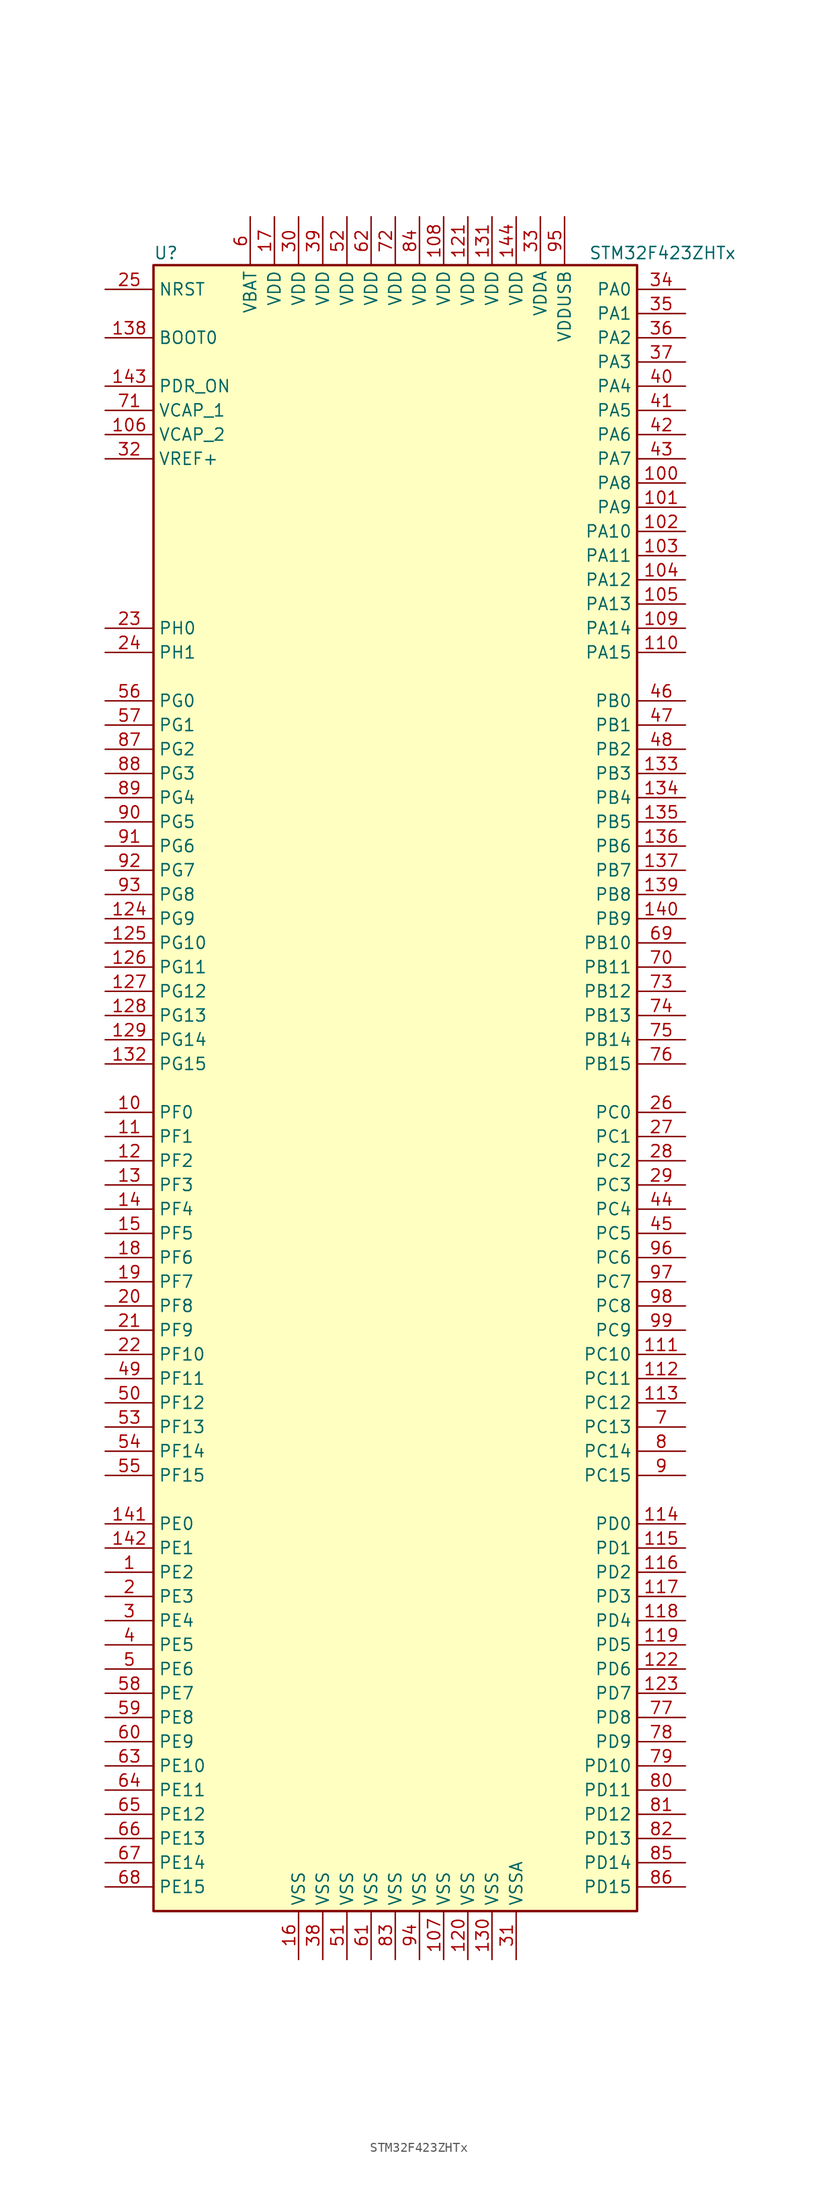
<source format=kicad_sym>
(kicad_symbol_lib
  (version 20211014)
  (generator kicad_symbol_editor)
  (symbol "STM32F423ZHTx"
    (property "Reference" "U"
      (at -25.4 87.63 0)
      (effects (font (size 1.27 1.27)) (justify left)))
    (property "Value" "STM32F423ZHTx"
      (at 20.32 87.63 0)
      (effects (font (size 1.27 1.27)) (justify left)))
    (symbol "STM32F423ZHTx_0_1"
      (rectangle (start -25.4 -86.36) (end 25.4 86.36) (stroke (width 0.254) (type default) (color 0 0 0 0)) (fill (type background))))
    (symbol "STM32F423ZHTx_1_1"
      (pin bidirectional line (at -30.48 -50.8 0) (length 5.08) (name "PE2" (effects (font (size 1.27 1.27)))) (number "1" (effects (font (size 1.27 1.27)))))
      (pin bidirectional line (at -30.48 -2.54 0) (length 5.08) (name "PF0" (effects (font (size 1.27 1.27)))) (number "10" (effects (font (size 1.27 1.27)))))
      (pin bidirectional line (at 30.48 63.5 180) (length 5.08) (name "PA8" (effects (font (size 1.27 1.27)))) (number "100" (effects (font (size 1.27 1.27)))))
      (pin bidirectional line (at 30.48 60.96 180) (length 5.08) (name "PA9" (effects (font (size 1.27 1.27)))) (number "101" (effects (font (size 1.27 1.27)))))
      (pin bidirectional line (at 30.48 58.42 180) (length 5.08) (name "PA10" (effects (font (size 1.27 1.27)))) (number "102" (effects (font (size 1.27 1.27)))))
      (pin bidirectional line (at 30.48 55.88 180) (length 5.08) (name "PA11" (effects (font (size 1.27 1.27)))) (number "103" (effects (font (size 1.27 1.27)))))
      (pin bidirectional line (at 30.48 53.34 180) (length 5.08) (name "PA12" (effects (font (size 1.27 1.27)))) (number "104" (effects (font (size 1.27 1.27)))))
      (pin bidirectional line (at 30.48 50.8 180) (length 5.08) (name "PA13" (effects (font (size 1.27 1.27)))) (number "105" (effects (font (size 1.27 1.27)))))
      (pin power_in line (at -30.48 68.58 0) (length 5.08) (name "VCAP_2" (effects (font (size 1.27 1.27)))) (number "106" (effects (font (size 1.27 1.27)))))
      (pin power_in line (at 5.08 -91.44 90) (length 5.08) (name "VSS" (effects (font (size 1.27 1.27)))) (number "107" (effects (font (size 1.27 1.27)))))
      (pin power_in line (at 5.08 91.44 270) (length 5.08) (name "VDD" (effects (font (size 1.27 1.27)))) (number "108" (effects (font (size 1.27 1.27)))))
      (pin bidirectional line (at 30.48 48.26 180) (length 5.08) (name "PA14" (effects (font (size 1.27 1.27)))) (number "109" (effects (font (size 1.27 1.27)))))
      (pin bidirectional line (at -30.48 -5.08 0) (length 5.08) (name "PF1" (effects (font (size 1.27 1.27)))) (number "11" (effects (font (size 1.27 1.27)))))
      (pin bidirectional line (at 30.48 45.72 180) (length 5.08) (name "PA15" (effects (font (size 1.27 1.27)))) (number "110" (effects (font (size 1.27 1.27)))))
      (pin bidirectional line (at 30.48 -27.94 180) (length 5.08) (name "PC10" (effects (font (size 1.27 1.27)))) (number "111" (effects (font (size 1.27 1.27)))))
      (pin bidirectional line (at 30.48 -30.48 180) (length 5.08) (name "PC11" (effects (font (size 1.27 1.27)))) (number "112" (effects (font (size 1.27 1.27)))))
      (pin bidirectional line (at 30.48 -33.02 180) (length 5.08) (name "PC12" (effects (font (size 1.27 1.27)))) (number "113" (effects (font (size 1.27 1.27)))))
      (pin bidirectional line (at 30.48 -45.72 180) (length 5.08) (name "PD0" (effects (font (size 1.27 1.27)))) (number "114" (effects (font (size 1.27 1.27)))))
      (pin bidirectional line (at 30.48 -48.26 180) (length 5.08) (name "PD1" (effects (font (size 1.27 1.27)))) (number "115" (effects (font (size 1.27 1.27)))))
      (pin bidirectional line (at 30.48 -50.8 180) (length 5.08) (name "PD2" (effects (font (size 1.27 1.27)))) (number "116" (effects (font (size 1.27 1.27)))))
      (pin bidirectional line (at 30.48 -53.34 180) (length 5.08) (name "PD3" (effects (font (size 1.27 1.27)))) (number "117" (effects (font (size 1.27 1.27)))))
      (pin bidirectional line (at 30.48 -55.88 180) (length 5.08) (name "PD4" (effects (font (size 1.27 1.27)))) (number "118" (effects (font (size 1.27 1.27)))))
      (pin bidirectional line (at 30.48 -58.42 180) (length 5.08) (name "PD5" (effects (font (size 1.27 1.27)))) (number "119" (effects (font (size 1.27 1.27)))))
      (pin bidirectional line (at -30.48 -7.62 0) (length 5.08) (name "PF2" (effects (font (size 1.27 1.27)))) (number "12" (effects (font (size 1.27 1.27)))))
      (pin power_in line (at 7.62 -91.44 90) (length 5.08) (name "VSS" (effects (font (size 1.27 1.27)))) (number "120" (effects (font (size 1.27 1.27)))))
      (pin power_in line (at 7.62 91.44 270) (length 5.08) (name "VDD" (effects (font (size 1.27 1.27)))) (number "121" (effects (font (size 1.27 1.27)))))
      (pin bidirectional line (at 30.48 -60.96 180) (length 5.08) (name "PD6" (effects (font (size 1.27 1.27)))) (number "122" (effects (font (size 1.27 1.27)))))
      (pin bidirectional line (at 30.48 -63.5 180) (length 5.08) (name "PD7" (effects (font (size 1.27 1.27)))) (number "123" (effects (font (size 1.27 1.27)))))
      (pin bidirectional line (at -30.48 17.78 0) (length 5.08) (name "PG9" (effects (font (size 1.27 1.27)))) (number "124" (effects (font (size 1.27 1.27)))))
      (pin bidirectional line (at -30.48 15.24 0) (length 5.08) (name "PG10" (effects (font (size 1.27 1.27)))) (number "125" (effects (font (size 1.27 1.27)))))
      (pin bidirectional line (at -30.48 12.7 0) (length 5.08) (name "PG11" (effects (font (size 1.27 1.27)))) (number "126" (effects (font (size 1.27 1.27)))))
      (pin bidirectional line (at -30.48 10.16 0) (length 5.08) (name "PG12" (effects (font (size 1.27 1.27)))) (number "127" (effects (font (size 1.27 1.27)))))
      (pin bidirectional line (at -30.48 7.62 0) (length 5.08) (name "PG13" (effects (font (size 1.27 1.27)))) (number "128" (effects (font (size 1.27 1.27)))))
      (pin bidirectional line (at -30.48 5.08 0) (length 5.08) (name "PG14" (effects (font (size 1.27 1.27)))) (number "129" (effects (font (size 1.27 1.27)))))
      (pin bidirectional line (at -30.48 -10.16 0) (length 5.08) (name "PF3" (effects (font (size 1.27 1.27)))) (number "13" (effects (font (size 1.27 1.27)))))
      (pin power_in line (at 10.16 -91.44 90) (length 5.08) (name "VSS" (effects (font (size 1.27 1.27)))) (number "130" (effects (font (size 1.27 1.27)))))
      (pin power_in line (at 10.16 91.44 270) (length 5.08) (name "VDD" (effects (font (size 1.27 1.27)))) (number "131" (effects (font (size 1.27 1.27)))))
      (pin bidirectional line (at -30.48 2.54 0) (length 5.08) (name "PG15" (effects (font (size 1.27 1.27)))) (number "132" (effects (font (size 1.27 1.27)))))
      (pin bidirectional line (at 30.48 33.02 180) (length 5.08) (name "PB3" (effects (font (size 1.27 1.27)))) (number "133" (effects (font (size 1.27 1.27)))))
      (pin bidirectional line (at 30.48 30.48 180) (length 5.08) (name "PB4" (effects (font (size 1.27 1.27)))) (number "134" (effects (font (size 1.27 1.27)))))
      (pin bidirectional line (at 30.48 27.94 180) (length 5.08) (name "PB5" (effects (font (size 1.27 1.27)))) (number "135" (effects (font (size 1.27 1.27)))))
      (pin bidirectional line (at 30.48 25.4 180) (length 5.08) (name "PB6" (effects (font (size 1.27 1.27)))) (number "136" (effects (font (size 1.27 1.27)))))
      (pin bidirectional line (at 30.48 22.86 180) (length 5.08) (name "PB7" (effects (font (size 1.27 1.27)))) (number "137" (effects (font (size 1.27 1.27)))))
      (pin input line (at -30.48 78.74 0) (length 5.08) (name "BOOT0" (effects (font (size 1.27 1.27)))) (number "138" (effects (font (size 1.27 1.27)))))
      (pin bidirectional line (at 30.48 20.32 180) (length 5.08) (name "PB8" (effects (font (size 1.27 1.27)))) (number "139" (effects (font (size 1.27 1.27)))))
      (pin bidirectional line (at -30.48 -12.7 0) (length 5.08) (name "PF4" (effects (font (size 1.27 1.27)))) (number "14" (effects (font (size 1.27 1.27)))))
      (pin bidirectional line (at 30.48 17.78 180) (length 5.08) (name "PB9" (effects (font (size 1.27 1.27)))) (number "140" (effects (font (size 1.27 1.27)))))
      (pin bidirectional line (at -30.48 -45.72 0) (length 5.08) (name "PE0" (effects (font (size 1.27 1.27)))) (number "141" (effects (font (size 1.27 1.27)))))
      (pin bidirectional line (at -30.48 -48.26 0) (length 5.08) (name "PE1" (effects (font (size 1.27 1.27)))) (number "142" (effects (font (size 1.27 1.27)))))
      (pin power_in line (at -30.48 73.66 0) (length 5.08) (name "PDR_ON" (effects (font (size 1.27 1.27)))) (number "143" (effects (font (size 1.27 1.27)))))
      (pin power_in line (at 12.7 91.44 270) (length 5.08) (name "VDD" (effects (font (size 1.27 1.27)))) (number "144" (effects (font (size 1.27 1.27)))))
      (pin bidirectional line (at -30.48 -15.24 0) (length 5.08) (name "PF5" (effects (font (size 1.27 1.27)))) (number "15" (effects (font (size 1.27 1.27)))))
      (pin power_in line (at -10.16 -91.44 90) (length 5.08) (name "VSS" (effects (font (size 1.27 1.27)))) (number "16" (effects (font (size 1.27 1.27)))))
      (pin power_in line (at -12.7 91.44 270) (length 5.08) (name "VDD" (effects (font (size 1.27 1.27)))) (number "17" (effects (font (size 1.27 1.27)))))
      (pin bidirectional line (at -30.48 -17.78 0) (length 5.08) (name "PF6" (effects (font (size 1.27 1.27)))) (number "18" (effects (font (size 1.27 1.27)))))
      (pin bidirectional line (at -30.48 -20.32 0) (length 5.08) (name "PF7" (effects (font (size 1.27 1.27)))) (number "19" (effects (font (size 1.27 1.27)))))
      (pin bidirectional line (at -30.48 -53.34 0) (length 5.08) (name "PE3" (effects (font (size 1.27 1.27)))) (number "2" (effects (font (size 1.27 1.27)))))
      (pin bidirectional line (at -30.48 -22.86 0) (length 5.08) (name "PF8" (effects (font (size 1.27 1.27)))) (number "20" (effects (font (size 1.27 1.27)))))
      (pin bidirectional line (at -30.48 -25.4 0) (length 5.08) (name "PF9" (effects (font (size 1.27 1.27)))) (number "21" (effects (font (size 1.27 1.27)))))
      (pin bidirectional line (at -30.48 -27.94 0) (length 5.08) (name "PF10" (effects (font (size 1.27 1.27)))) (number "22" (effects (font (size 1.27 1.27)))))
      (pin input line (at -30.48 48.26 0) (length 5.08) (name "PH0" (effects (font (size 1.27 1.27)))) (number "23" (effects (font (size 1.27 1.27)))))
      (pin input line (at -30.48 45.72 0) (length 5.08) (name "PH1" (effects (font (size 1.27 1.27)))) (number "24" (effects (font (size 1.27 1.27)))))
      (pin input line (at -30.48 83.82 0) (length 5.08) (name "NRST" (effects (font (size 1.27 1.27)))) (number "25" (effects (font (size 1.27 1.27)))))
      (pin bidirectional line (at 30.48 -2.54 180) (length 5.08) (name "PC0" (effects (font (size 1.27 1.27)))) (number "26" (effects (font (size 1.27 1.27)))))
      (pin bidirectional line (at 30.48 -5.08 180) (length 5.08) (name "PC1" (effects (font (size 1.27 1.27)))) (number "27" (effects (font (size 1.27 1.27)))))
      (pin bidirectional line (at 30.48 -7.62 180) (length 5.08) (name "PC2" (effects (font (size 1.27 1.27)))) (number "28" (effects (font (size 1.27 1.27)))))
      (pin bidirectional line (at 30.48 -10.16 180) (length 5.08) (name "PC3" (effects (font (size 1.27 1.27)))) (number "29" (effects (font (size 1.27 1.27)))))
      (pin bidirectional line (at -30.48 -55.88 0) (length 5.08) (name "PE4" (effects (font (size 1.27 1.27)))) (number "3" (effects (font (size 1.27 1.27)))))
      (pin power_in line (at -10.16 91.44 270) (length 5.08) (name "VDD" (effects (font (size 1.27 1.27)))) (number "30" (effects (font (size 1.27 1.27)))))
      (pin power_in line (at 12.7 -91.44 90) (length 5.08) (name "VSSA" (effects (font (size 1.27 1.27)))) (number "31" (effects (font (size 1.27 1.27)))))
      (pin power_in line (at -30.48 66.04 0) (length 5.08) (name "VREF+" (effects (font (size 1.27 1.27)))) (number "32" (effects (font (size 1.27 1.27)))))
      (pin power_in line (at 15.24 91.44 270) (length 5.08) (name "VDDA" (effects (font (size 1.27 1.27)))) (number "33" (effects (font (size 1.27 1.27)))))
      (pin bidirectional line (at 30.48 83.82 180) (length 5.08) (name "PA0" (effects (font (size 1.27 1.27)))) (number "34" (effects (font (size 1.27 1.27)))))
      (pin bidirectional line (at 30.48 81.28 180) (length 5.08) (name "PA1" (effects (font (size 1.27 1.27)))) (number "35" (effects (font (size 1.27 1.27)))))
      (pin bidirectional line (at 30.48 78.74 180) (length 5.08) (name "PA2" (effects (font (size 1.27 1.27)))) (number "36" (effects (font (size 1.27 1.27)))))
      (pin bidirectional line (at 30.48 76.2 180) (length 5.08) (name "PA3" (effects (font (size 1.27 1.27)))) (number "37" (effects (font (size 1.27 1.27)))))
      (pin power_in line (at -7.62 -91.44 90) (length 5.08) (name "VSS" (effects (font (size 1.27 1.27)))) (number "38" (effects (font (size 1.27 1.27)))))
      (pin power_in line (at -7.62 91.44 270) (length 5.08) (name "VDD" (effects (font (size 1.27 1.27)))) (number "39" (effects (font (size 1.27 1.27)))))
      (pin bidirectional line (at -30.48 -58.42 0) (length 5.08) (name "PE5" (effects (font (size 1.27 1.27)))) (number "4" (effects (font (size 1.27 1.27)))))
      (pin bidirectional line (at 30.48 73.66 180) (length 5.08) (name "PA4" (effects (font (size 1.27 1.27)))) (number "40" (effects (font (size 1.27 1.27)))))
      (pin bidirectional line (at 30.48 71.12 180) (length 5.08) (name "PA5" (effects (font (size 1.27 1.27)))) (number "41" (effects (font (size 1.27 1.27)))))
      (pin bidirectional line (at 30.48 68.58 180) (length 5.08) (name "PA6" (effects (font (size 1.27 1.27)))) (number "42" (effects (font (size 1.27 1.27)))))
      (pin bidirectional line (at 30.48 66.04 180) (length 5.08) (name "PA7" (effects (font (size 1.27 1.27)))) (number "43" (effects (font (size 1.27 1.27)))))
      (pin bidirectional line (at 30.48 -12.7 180) (length 5.08) (name "PC4" (effects (font (size 1.27 1.27)))) (number "44" (effects (font (size 1.27 1.27)))))
      (pin bidirectional line (at 30.48 -15.24 180) (length 5.08) (name "PC5" (effects (font (size 1.27 1.27)))) (number "45" (effects (font (size 1.27 1.27)))))
      (pin bidirectional line (at 30.48 40.64 180) (length 5.08) (name "PB0" (effects (font (size 1.27 1.27)))) (number "46" (effects (font (size 1.27 1.27)))))
      (pin bidirectional line (at 30.48 38.1 180) (length 5.08) (name "PB1" (effects (font (size 1.27 1.27)))) (number "47" (effects (font (size 1.27 1.27)))))
      (pin bidirectional line (at 30.48 35.56 180) (length 5.08) (name "PB2" (effects (font (size 1.27 1.27)))) (number "48" (effects (font (size 1.27 1.27)))))
      (pin bidirectional line (at -30.48 -30.48 0) (length 5.08) (name "PF11" (effects (font (size 1.27 1.27)))) (number "49" (effects (font (size 1.27 1.27)))))
      (pin bidirectional line (at -30.48 -60.96 0) (length 5.08) (name "PE6" (effects (font (size 1.27 1.27)))) (number "5" (effects (font (size 1.27 1.27)))))
      (pin bidirectional line (at -30.48 -33.02 0) (length 5.08) (name "PF12" (effects (font (size 1.27 1.27)))) (number "50" (effects (font (size 1.27 1.27)))))
      (pin power_in line (at -5.08 -91.44 90) (length 5.08) (name "VSS" (effects (font (size 1.27 1.27)))) (number "51" (effects (font (size 1.27 1.27)))))
      (pin power_in line (at -5.08 91.44 270) (length 5.08) (name "VDD" (effects (font (size 1.27 1.27)))) (number "52" (effects (font (size 1.27 1.27)))))
      (pin bidirectional line (at -30.48 -35.56 0) (length 5.08) (name "PF13" (effects (font (size 1.27 1.27)))) (number "53" (effects (font (size 1.27 1.27)))))
      (pin bidirectional line (at -30.48 -38.1 0) (length 5.08) (name "PF14" (effects (font (size 1.27 1.27)))) (number "54" (effects (font (size 1.27 1.27)))))
      (pin bidirectional line (at -30.48 -40.64 0) (length 5.08) (name "PF15" (effects (font (size 1.27 1.27)))) (number "55" (effects (font (size 1.27 1.27)))))
      (pin bidirectional line (at -30.48 40.64 0) (length 5.08) (name "PG0" (effects (font (size 1.27 1.27)))) (number "56" (effects (font (size 1.27 1.27)))))
      (pin bidirectional line (at -30.48 38.1 0) (length 5.08) (name "PG1" (effects (font (size 1.27 1.27)))) (number "57" (effects (font (size 1.27 1.27)))))
      (pin bidirectional line (at -30.48 -63.5 0) (length 5.08) (name "PE7" (effects (font (size 1.27 1.27)))) (number "58" (effects (font (size 1.27 1.27)))))
      (pin bidirectional line (at -30.48 -66.04 0) (length 5.08) (name "PE8" (effects (font (size 1.27 1.27)))) (number "59" (effects (font (size 1.27 1.27)))))
      (pin power_in line (at -15.24 91.44 270) (length 5.08) (name "VBAT" (effects (font (size 1.27 1.27)))) (number "6" (effects (font (size 1.27 1.27)))))
      (pin bidirectional line (at -30.48 -68.58 0) (length 5.08) (name "PE9" (effects (font (size 1.27 1.27)))) (number "60" (effects (font (size 1.27 1.27)))))
      (pin power_in line (at -2.54 -91.44 90) (length 5.08) (name "VSS" (effects (font (size 1.27 1.27)))) (number "61" (effects (font (size 1.27 1.27)))))
      (pin power_in line (at -2.54 91.44 270) (length 5.08) (name "VDD" (effects (font (size 1.27 1.27)))) (number "62" (effects (font (size 1.27 1.27)))))
      (pin bidirectional line (at -30.48 -71.12 0) (length 5.08) (name "PE10" (effects (font (size 1.27 1.27)))) (number "63" (effects (font (size 1.27 1.27)))))
      (pin bidirectional line (at -30.48 -73.66 0) (length 5.08) (name "PE11" (effects (font (size 1.27 1.27)))) (number "64" (effects (font (size 1.27 1.27)))))
      (pin bidirectional line (at -30.48 -76.2 0) (length 5.08) (name "PE12" (effects (font (size 1.27 1.27)))) (number "65" (effects (font (size 1.27 1.27)))))
      (pin bidirectional line (at -30.48 -78.74 0) (length 5.08) (name "PE13" (effects (font (size 1.27 1.27)))) (number "66" (effects (font (size 1.27 1.27)))))
      (pin bidirectional line (at -30.48 -81.28 0) (length 5.08) (name "PE14" (effects (font (size 1.27 1.27)))) (number "67" (effects (font (size 1.27 1.27)))))
      (pin bidirectional line (at -30.48 -83.82 0) (length 5.08) (name "PE15" (effects (font (size 1.27 1.27)))) (number "68" (effects (font (size 1.27 1.27)))))
      (pin bidirectional line (at 30.48 15.24 180) (length 5.08) (name "PB10" (effects (font (size 1.27 1.27)))) (number "69" (effects (font (size 1.27 1.27)))))
      (pin bidirectional line (at 30.48 -35.56 180) (length 5.08) (name "PC13" (effects (font (size 1.27 1.27)))) (number "7" (effects (font (size 1.27 1.27)))))
      (pin bidirectional line (at 30.48 12.7 180) (length 5.08) (name "PB11" (effects (font (size 1.27 1.27)))) (number "70" (effects (font (size 1.27 1.27)))))
      (pin power_in line (at -30.48 71.12 0) (length 5.08) (name "VCAP_1" (effects (font (size 1.27 1.27)))) (number "71" (effects (font (size 1.27 1.27)))))
      (pin power_in line (at 0 91.44 270) (length 5.08) (name "VDD" (effects (font (size 1.27 1.27)))) (number "72" (effects (font (size 1.27 1.27)))))
      (pin bidirectional line (at 30.48 10.16 180) (length 5.08) (name "PB12" (effects (font (size 1.27 1.27)))) (number "73" (effects (font (size 1.27 1.27)))))
      (pin bidirectional line (at 30.48 7.62 180) (length 5.08) (name "PB13" (effects (font (size 1.27 1.27)))) (number "74" (effects (font (size 1.27 1.27)))))
      (pin bidirectional line (at 30.48 5.08 180) (length 5.08) (name "PB14" (effects (font (size 1.27 1.27)))) (number "75" (effects (font (size 1.27 1.27)))))
      (pin bidirectional line (at 30.48 2.54 180) (length 5.08) (name "PB15" (effects (font (size 1.27 1.27)))) (number "76" (effects (font (size 1.27 1.27)))))
      (pin bidirectional line (at 30.48 -66.04 180) (length 5.08) (name "PD8" (effects (font (size 1.27 1.27)))) (number "77" (effects (font (size 1.27 1.27)))))
      (pin bidirectional line (at 30.48 -68.58 180) (length 5.08) (name "PD9" (effects (font (size 1.27 1.27)))) (number "78" (effects (font (size 1.27 1.27)))))
      (pin bidirectional line (at 30.48 -71.12 180) (length 5.08) (name "PD10" (effects (font (size 1.27 1.27)))) (number "79" (effects (font (size 1.27 1.27)))))
      (pin bidirectional line (at 30.48 -38.1 180) (length 5.08) (name "PC14" (effects (font (size 1.27 1.27)))) (number "8" (effects (font (size 1.27 1.27)))))
      (pin bidirectional line (at 30.48 -73.66 180) (length 5.08) (name "PD11" (effects (font (size 1.27 1.27)))) (number "80" (effects (font (size 1.27 1.27)))))
      (pin bidirectional line (at 30.48 -76.2 180) (length 5.08) (name "PD12" (effects (font (size 1.27 1.27)))) (number "81" (effects (font (size 1.27 1.27)))))
      (pin bidirectional line (at 30.48 -78.74 180) (length 5.08) (name "PD13" (effects (font (size 1.27 1.27)))) (number "82" (effects (font (size 1.27 1.27)))))
      (pin power_in line (at 0 -91.44 90) (length 5.08) (name "VSS" (effects (font (size 1.27 1.27)))) (number "83" (effects (font (size 1.27 1.27)))))
      (pin power_in line (at 2.54 91.44 270) (length 5.08) (name "VDD" (effects (font (size 1.27 1.27)))) (number "84" (effects (font (size 1.27 1.27)))))
      (pin bidirectional line (at 30.48 -81.28 180) (length 5.08) (name "PD14" (effects (font (size 1.27 1.27)))) (number "85" (effects (font (size 1.27 1.27)))))
      (pin bidirectional line (at 30.48 -83.82 180) (length 5.08) (name "PD15" (effects (font (size 1.27 1.27)))) (number "86" (effects (font (size 1.27 1.27)))))
      (pin bidirectional line (at -30.48 35.56 0) (length 5.08) (name "PG2" (effects (font (size 1.27 1.27)))) (number "87" (effects (font (size 1.27 1.27)))))
      (pin bidirectional line (at -30.48 33.02 0) (length 5.08) (name "PG3" (effects (font (size 1.27 1.27)))) (number "88" (effects (font (size 1.27 1.27)))))
      (pin bidirectional line (at -30.48 30.48 0) (length 5.08) (name "PG4" (effects (font (size 1.27 1.27)))) (number "89" (effects (font (size 1.27 1.27)))))
      (pin bidirectional line (at 30.48 -40.64 180) (length 5.08) (name "PC15" (effects (font (size 1.27 1.27)))) (number "9" (effects (font (size 1.27 1.27)))))
      (pin bidirectional line (at -30.48 27.94 0) (length 5.08) (name "PG5" (effects (font (size 1.27 1.27)))) (number "90" (effects (font (size 1.27 1.27)))))
      (pin bidirectional line (at -30.48 25.4 0) (length 5.08) (name "PG6" (effects (font (size 1.27 1.27)))) (number "91" (effects (font (size 1.27 1.27)))))
      (pin bidirectional line (at -30.48 22.86 0) (length 5.08) (name "PG7" (effects (font (size 1.27 1.27)))) (number "92" (effects (font (size 1.27 1.27)))))
      (pin bidirectional line (at -30.48 20.32 0) (length 5.08) (name "PG8" (effects (font (size 1.27 1.27)))) (number "93" (effects (font (size 1.27 1.27)))))
      (pin power_in line (at 2.54 -91.44 90) (length 5.08) (name "VSS" (effects (font (size 1.27 1.27)))) (number "94" (effects (font (size 1.27 1.27)))))
      (pin power_in line (at 17.78 91.44 270) (length 5.08) (name "VDDUSB" (effects (font (size 1.27 1.27)))) (number "95" (effects (font (size 1.27 1.27)))))
      (pin bidirectional line (at 30.48 -17.78 180) (length 5.08) (name "PC6" (effects (font (size 1.27 1.27)))) (number "96" (effects (font (size 1.27 1.27)))))
      (pin bidirectional line (at 30.48 -20.32 180) (length 5.08) (name "PC7" (effects (font (size 1.27 1.27)))) (number "97" (effects (font (size 1.27 1.27)))))
      (pin bidirectional line (at 30.48 -22.86 180) (length 5.08) (name "PC8" (effects (font (size 1.27 1.27)))) (number "98" (effects (font (size 1.27 1.27)))))
      (pin bidirectional line (at 30.48 -25.4 180) (length 5.08) (name "PC9" (effects (font (size 1.27 1.27)))) (number "99" (effects (font (size 1.27 1.27))))))))
</source>
